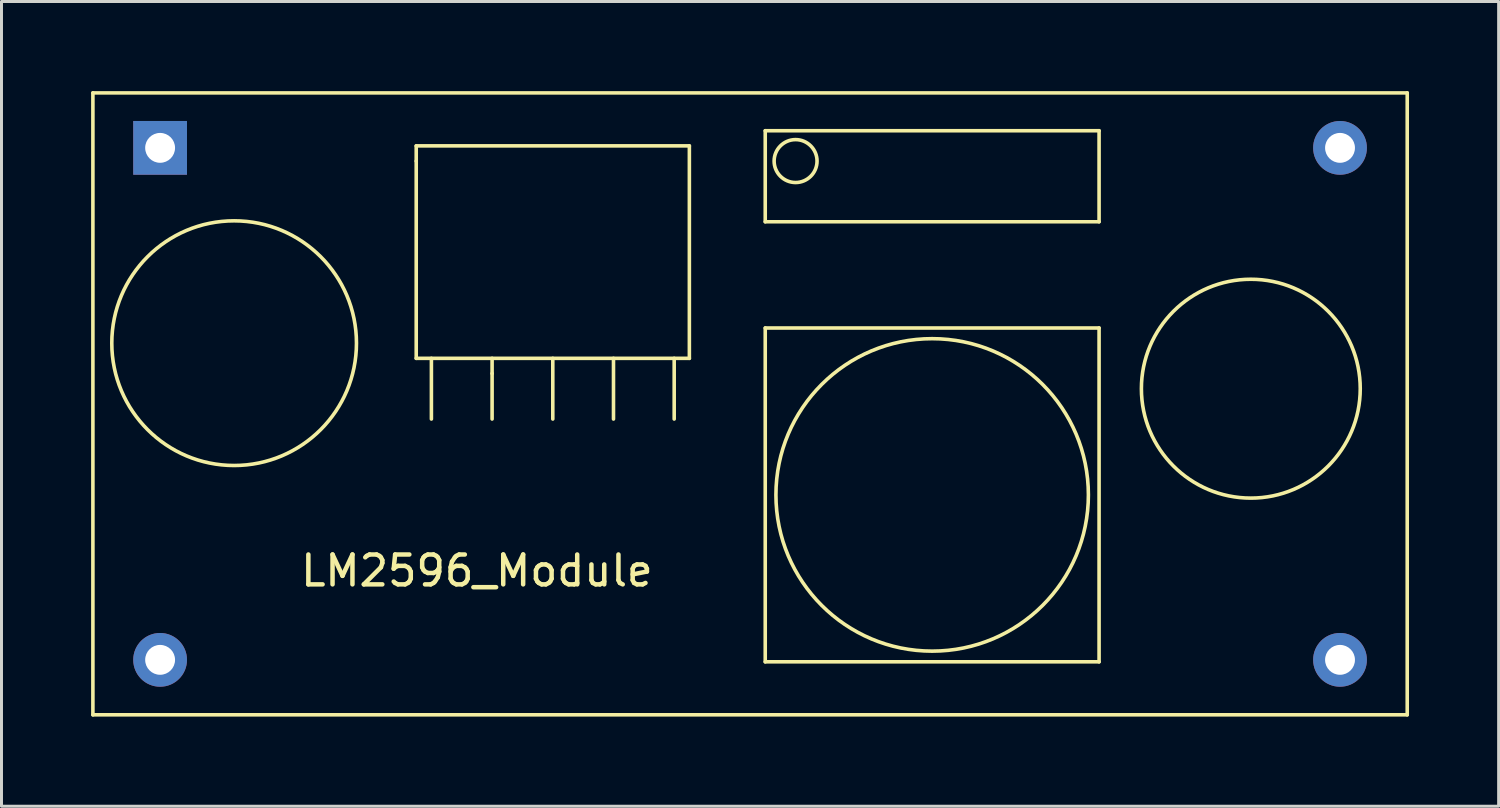
<source format=kicad_pcb>
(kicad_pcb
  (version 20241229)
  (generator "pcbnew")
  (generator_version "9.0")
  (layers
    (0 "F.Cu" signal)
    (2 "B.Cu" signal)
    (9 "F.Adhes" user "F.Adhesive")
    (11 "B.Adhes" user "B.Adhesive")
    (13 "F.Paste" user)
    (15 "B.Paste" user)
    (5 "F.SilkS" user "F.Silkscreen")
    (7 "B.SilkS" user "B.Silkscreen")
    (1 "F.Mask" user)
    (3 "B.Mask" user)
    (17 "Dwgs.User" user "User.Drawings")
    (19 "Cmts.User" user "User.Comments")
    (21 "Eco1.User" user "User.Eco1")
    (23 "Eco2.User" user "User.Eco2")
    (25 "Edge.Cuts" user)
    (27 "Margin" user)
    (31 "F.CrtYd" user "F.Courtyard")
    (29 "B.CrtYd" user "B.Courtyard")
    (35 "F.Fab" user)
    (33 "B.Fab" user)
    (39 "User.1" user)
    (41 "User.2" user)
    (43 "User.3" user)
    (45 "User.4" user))
  (footprint "LM2596_Module"
    (layer "F.Cu")
    (at 22.06 10.47)
    (property "Reference" "LM2596_Module" (at -9.144 5.588 0) (layer "F.SilkS") (effects (font (size 1 1) (thickness 0.15))))
    (attr through_hole)
    (fp_line (start -22 -10.41) (end 22 -10.41) (stroke (width 0.12) (type solid)) (layer "F.SilkS"))
    (fp_line (start -22 10.41) (end -22 -10.41) (stroke (width 0.12) (type solid)) (layer "F.SilkS"))
    (fp_line (start -11.176 -8.636) (end -2.032 -8.636) (stroke (width 0.12) (type solid)) (layer "F.SilkS"))
    (fp_line (start -11.176 -8.128) (end -11.176 -8.636) (stroke (width 0.12) (type solid)) (layer "F.SilkS"))
    (fp_line (start -11.176 -1.524) (end -11.176 -8.128) (stroke (width 0.12) (type solid)) (layer "F.SilkS"))
    (fp_line (start -10.668 -1.524) (end -10.668 0.508) (stroke (width 0.12) (type solid)) (layer "F.SilkS"))
    (fp_line (start -8.636 -1.016) (end -8.636 -1.524) (stroke (width 0.12) (type solid)) (layer "F.SilkS"))
    (fp_line (start -8.636 -1.016) (end -8.636 0.508) (stroke (width 0.12) (type solid)) (layer "F.SilkS"))
    (fp_line (start -6.604 -1.524) (end -6.604 0.508) (stroke (width 0.12) (type solid)) (layer "F.SilkS"))
    (fp_line (start -4.572 -1.524) (end -4.572 0.508) (stroke (width 0.12) (type solid)) (layer "F.SilkS"))
    (fp_line (start -2.54 -1.524) (end -2.54 0.508) (stroke (width 0.12) (type solid)) (layer "F.SilkS"))
    (fp_line (start -2.032 -8.636) (end -2.032 -1.524) (stroke (width 0.12) (type solid)) (layer "F.SilkS"))
    (fp_line (start -2.032 -1.524) (end -11.176 -1.524) (stroke (width 0.12) (type solid)) (layer "F.SilkS"))
    (fp_line (start 0.508 -9.144) (end 11.684 -9.144) (stroke (width 0.12) (type solid)) (layer "F.SilkS"))
    (fp_line (start 0.508 -6.096) (end 0.508 -9.144) (stroke (width 0.12) (type solid)) (layer "F.SilkS"))
    (fp_line (start 0.508 -2.54) (end 0.508 8.636) (stroke (width 0.12) (type solid)) (layer "F.SilkS"))
    (fp_line (start 0.508 8.636) (end 11.684 8.636) (stroke (width 0.12) (type solid)) (layer "F.SilkS"))
    (fp_line (start 11.684 -9.144) (end 11.684 -6.096) (stroke (width 0.12) (type solid)) (layer "F.SilkS"))
    (fp_line (start 11.684 -6.096) (end 0.508 -6.096) (stroke (width 0.12) (type solid)) (layer "F.SilkS"))
    (fp_line (start 11.684 -2.54) (end 0.508 -2.54) (stroke (width 0.12) (type solid)) (layer "F.SilkS"))
    (fp_line (start 11.684 8.636) (end 11.684 -2.54) (stroke (width 0.12) (type solid)) (layer "F.SilkS"))
    (fp_line (start 22 -10.41) (end 22 10.41) (stroke (width 0.12) (type solid)) (layer "F.SilkS"))
    (fp_line (start 22 10.41) (end -22 10.41) (stroke (width 0.12) (type solid)) (layer "F.SilkS"))
    (fp_circle (center -17.272 -2.032) (end -15.24 -5.588) (stroke (width 0.12) (type solid)) (fill no) (layer "F.SilkS"))
    (fp_circle (center 1.524 -8.128) (end 2.032 -7.62) (stroke (width 0.12) (type solid)) (fill no) (layer "F.SilkS"))
    (fp_circle (center 6.096 3.048) (end 10.668 5.588) (stroke (width 0.12) (type solid)) (fill no) (layer "F.SilkS"))
    (fp_circle (center 16.764 -0.508) (end 19.812 -2.54) (stroke (width 0.12) (type solid)) (fill no) (layer "F.SilkS"))
    (pad "1" thru_hole rect (at -19.75 -8.57) (size 1.8 1.8) (drill 1) (layers "*.Cu" "*.Mask"))
    (pad "2" thru_hole circle (at -19.75 8.57) (size 1.8 1.8) (drill 1) (layers "*.Cu" "*.Mask"))
    (pad "3" thru_hole circle (at 19.75 -8.57) (size 1.8 1.8) (drill 1) (layers "*.Cu" "*.Mask"))
    (pad "4" thru_hole circle (at 19.75 8.57) (size 1.8 1.8) (drill 1) (layers "*.Cu" "*.Mask")))
  (gr_rect
    (start -3 -3)
    (end 47.12 23.94)
    (stroke (width 0.1) (type default))
    (fill no)
    (layer "Edge.Cuts")))
</source>
